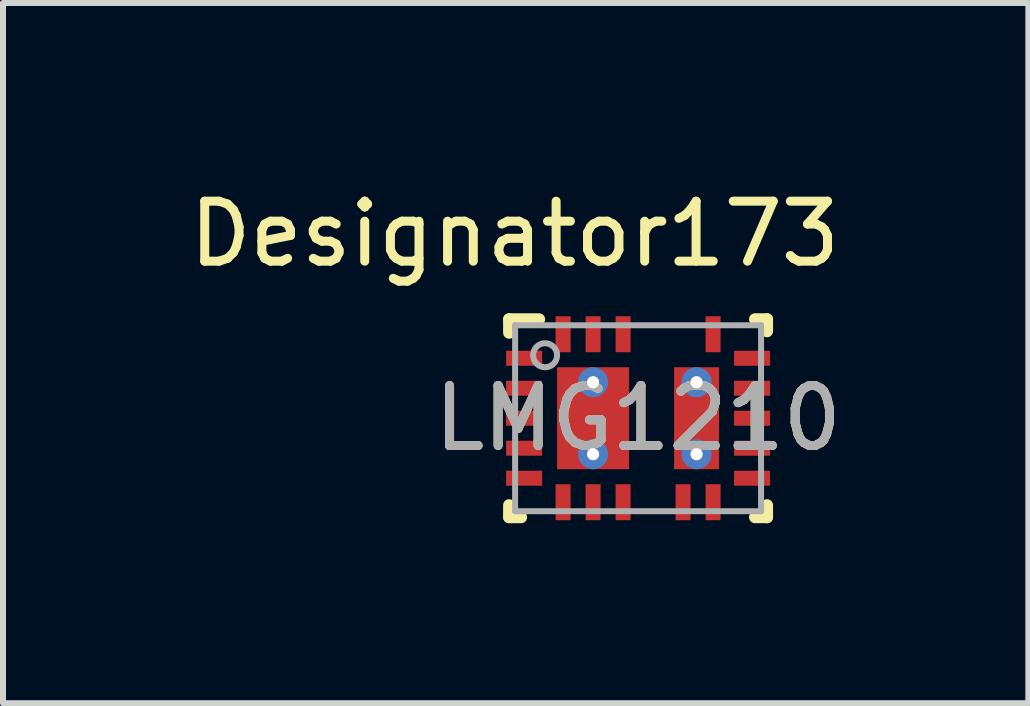
<source format=kicad_pcb>
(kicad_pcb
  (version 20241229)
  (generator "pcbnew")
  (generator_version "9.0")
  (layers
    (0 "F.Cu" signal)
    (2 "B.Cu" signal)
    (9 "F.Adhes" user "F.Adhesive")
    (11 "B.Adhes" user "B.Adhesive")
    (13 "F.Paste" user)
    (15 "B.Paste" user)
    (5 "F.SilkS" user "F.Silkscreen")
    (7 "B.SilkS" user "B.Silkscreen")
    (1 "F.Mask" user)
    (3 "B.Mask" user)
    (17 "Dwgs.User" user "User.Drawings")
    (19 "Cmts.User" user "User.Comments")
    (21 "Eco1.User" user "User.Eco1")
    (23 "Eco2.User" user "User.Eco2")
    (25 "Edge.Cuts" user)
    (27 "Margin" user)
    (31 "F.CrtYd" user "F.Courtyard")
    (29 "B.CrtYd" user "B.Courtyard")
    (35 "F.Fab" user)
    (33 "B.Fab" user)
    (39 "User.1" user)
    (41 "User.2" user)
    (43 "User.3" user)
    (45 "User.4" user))
  (footprint "LMG1210"
    (layer "F.Cu")
    (at 7.587 3.922)
    (property "Reference" "LMG1210" (at 0 0 0) (unlocked yes) (layer "F.SilkS") (effects (font (size 1 1) (thickness 0.15))))
    (attr smd)
    (fp_line (start -2.15 -1.65) (end -1.65 -1.65) (stroke (width 0.2) (type solid)) (layer "F.SilkS"))
    (fp_line (start -2.15 -1.425) (end -2.15 -1.65) (stroke (width 0.2) (type solid)) (layer "F.SilkS"))
    (fp_line (start -2.15 1.65) (end -2.15 1.45) (stroke (width 0.2) (type solid)) (layer "F.SilkS"))
    (fp_line (start -2.15 1.65) (end -1.95 1.65) (stroke (width 0.2) (type solid)) (layer "F.SilkS"))
    (fp_line (start 1.95 -1.65) (end 2.15 -1.65) (stroke (width 0.2) (type solid)) (layer "F.SilkS"))
    (fp_line (start 1.95 1.65) (end 2.15 1.65) (stroke (width 0.2) (type solid)) (layer "F.SilkS"))
    (fp_line (start 2.15 -1.45) (end 2.15 -1.65) (stroke (width 0.2) (type solid)) (layer "F.SilkS"))
    (fp_line (start 2.15 1.65) (end 2.15 1.45) (stroke (width 0.2) (type solid)) (layer "F.SilkS"))
    (fp_poly (pts (xy -1.315 -0.149) (xy -1.315 -0.801) (xy -1.314 -0.811) (xy -1.311 -0.82) (xy -1.307 -0.828) (xy -1.301 -0.836) (xy -1.293 -0.842) (xy -1.285 -0.846) (xy -1.276 -0.849) (xy -1.266 -0.85) (xy -0.234 -0.85) (xy -0.224 -0.849) (xy -0.215 -0.846) (xy -0.207 -0.842) (xy -0.199 -0.836) (xy -0.193 -0.828) (xy -0.189 -0.82) (xy -0.186 -0.811) (xy -0.185 -0.801) (xy -0.185 -0.149) (xy -0.186 -0.139) (xy -0.189 -0.13) (xy -0.193 -0.122) (xy -0.199 -0.114) (xy -0.207 -0.108) (xy -0.215 -0.104) (xy -0.224 -0.101) (xy -0.234 -0.1) (xy -1.266 -0.1) (xy -1.276 -0.101) (xy -1.285 -0.104) (xy -1.293 -0.108) (xy -1.301 -0.114) (xy -1.307 -0.122) (xy -1.311 -0.13) (xy -1.314 -0.139)) (stroke (width 0) (type solid)) (fill yes) (layer "F.Paste"))
    (fp_poly (pts (xy -1.315 0.801) (xy -1.315 0.149) (xy -1.314 0.139) (xy -1.311 0.13) (xy -1.307 0.122) (xy -1.301 0.114) (xy -1.293 0.108) (xy -1.285 0.104) (xy -1.276 0.101) (xy -1.266 0.1) (xy -0.234 0.1) (xy -0.224 0.101) (xy -0.215 0.104) (xy -0.207 0.108) (xy -0.199 0.114) (xy -0.193 0.122) (xy -0.189 0.13) (xy -0.186 0.139) (xy -0.185 0.149) (xy -0.185 0.801) (xy -0.186 0.811) (xy -0.189 0.82) (xy -0.193 0.828) (xy -0.199 0.836) (xy -0.207 0.842) (xy -0.215 0.846) (xy -0.224 0.849) (xy -0.234 0.85) (xy -1.266 0.85) (xy -1.276 0.849) (xy -1.285 0.846) (xy -1.293 0.842) (xy -1.301 0.836) (xy -1.307 0.828) (xy -1.311 0.82) (xy -1.314 0.811)) (stroke (width 0) (type solid)) (fill yes) (layer "F.Paste"))
    (fp_poly (pts (xy 0.62 -0.146) (xy 0.62 -0.804) (xy 0.621 -0.813) (xy 0.624 -0.822) (xy 0.628 -0.829) (xy 0.634 -0.836) (xy 0.641 -0.842) (xy 0.648 -0.846) (xy 0.657 -0.849) (xy 0.666 -0.85) (xy 1.284 -0.85) (xy 1.293 -0.849) (xy 1.302 -0.846) (xy 1.309 -0.842) (xy 1.316 -0.836) (xy 1.322 -0.829) (xy 1.326 -0.822) (xy 1.329 -0.813) (xy 1.33 -0.804) (xy 1.33 -0.146) (xy 1.329 -0.137) (xy 1.326 -0.128) (xy 1.322 -0.121) (xy 1.316 -0.114) (xy 1.309 -0.108) (xy 1.302 -0.104) (xy 1.293 -0.101) (xy 1.284 -0.1) (xy 0.666 -0.1) (xy 0.657 -0.101) (xy 0.648 -0.104) (xy 0.641 -0.108) (xy 0.634 -0.114) (xy 0.628 -0.121) (xy 0.624 -0.128) (xy 0.621 -0.137)) (stroke (width 0) (type solid)) (fill yes) (layer "F.Paste"))
    (fp_poly (pts (xy 0.62 0.804) (xy 0.62 0.146) (xy 0.621 0.137) (xy 0.624 0.128) (xy 0.628 0.121) (xy 0.634 0.114) (xy 0.641 0.108) (xy 0.648 0.104) (xy 0.657 0.101) (xy 0.666 0.1) (xy 1.284 0.1) (xy 1.293 0.101) (xy 1.302 0.104) (xy 1.309 0.108) (xy 1.316 0.114) (xy 1.322 0.121) (xy 1.326 0.128) (xy 1.329 0.137) (xy 1.33 0.146) (xy 1.33 0.804) (xy 1.329 0.813) (xy 1.326 0.822) (xy 1.322 0.829) (xy 1.316 0.836) (xy 1.309 0.842) (xy 1.302 0.846) (xy 1.293 0.849) (xy 1.284 0.85) (xy 0.666 0.85) (xy 0.657 0.849) (xy 0.648 0.846) (xy 0.641 0.842) (xy 0.634 0.836) (xy 0.628 0.829) (xy 0.624 0.822) (xy 0.621 0.813)) (stroke (width 0) (type solid)) (fill yes) (layer "F.Paste"))
    (fp_line (start -2.05 1.55) (end -2.05 -1.55) (stroke (width 0.1) (type solid)) (layer "F.Fab"))
    (fp_line (start -2.05 1.55) (end 2.05 1.55) (stroke (width 0.1) (type solid)) (layer "F.Fab"))
    (fp_line (start -2.05 -1.55) (end 2.05 -1.55) (stroke (width 0.1) (type solid)) (layer "F.Fab"))
    (fp_line (start 2.05 1.55) (end 2.05 -1.55) (stroke (width 0.1) (type solid)) (layer "F.Fab"))
    (fp_circle (center -1.55 -1.05) (end -1.35 -1.05) (stroke (width 0.1) (type solid)) (fill no) (layer "F.Fab"))
    (fp_text user "Designator173" (at -2.057 -3.073 0) (unlocked yes) (layer "F.SilkS") (effects (font (size 1 1) (thickness 0.15))))
    (fp_text user "${REFERENCE}" (at 0 0 0) (unlocked yes) (layer "F.Fab") (effects (font (size 1 1) (thickness 0.15))))
    (pad "1" smd rect (at -1.9 -1 90) (size 0.25 0.6) (layers "F.Cu" "F.Mask" "F.Paste"))
    (pad "2" smd rect (at -1.9 -0.5 90) (size 0.25 0.6) (layers "F.Cu" "F.Mask" "F.Paste"))
    (pad "3" smd rect (at -1.9 -0.000003 90) (size 0.25 0.6) (layers "F.Cu" "F.Mask" "F.Paste"))
    (pad "4" smd rect (at -1.9 0.5 90) (size 0.25 0.6) (layers "F.Cu" "F.Mask" "F.Paste"))
    (pad "5" smd rect (at -1.9 1 90) (size 0.25 0.6) (layers "F.Cu" "F.Mask" "F.Paste"))
    (pad "6" smd rect (at -1.25 1.4) (size 0.25 0.6) (layers "F.Cu" "F.Mask" "F.Paste"))
    (pad "7" smd rect (at -0.75 1.4) (size 0.25 0.6) (layers "F.Cu" "F.Mask" "F.Paste"))
    (pad "8" smd rect (at -0.25 1.4) (size 0.25 0.6) (layers "F.Cu" "F.Mask" "F.Paste"))
    (pad "9" smd rect (at 0.75 1.4) (size 0.25 0.6) (layers "F.Cu" "F.Mask" "F.Paste"))
    (pad "10" smd rect (at 1.25 1.4) (size 0.25 0.6) (layers "F.Cu" "F.Mask" "F.Paste"))
    (pad "11" smd rect (at 1.9 1 90) (size 0.25 0.6) (layers "F.Cu" "F.Mask" "F.Paste"))
    (pad "12" smd rect (at 1.9 0.5 90) (size 0.25 0.6) (layers "F.Cu" "F.Mask" "F.Paste"))
    (pad "13" smd rect (at 1.9 -0.000003 90) (size 0.25 0.6) (layers "F.Cu" "F.Mask" "F.Paste"))
    (pad "14" smd rect (at 1.9 -0.5 90) (size 0.25 0.6) (layers "F.Cu" "F.Mask" "F.Paste"))
    (pad "15" smd rect (at 1.9 -1 90) (size 0.25 0.6) (layers "F.Cu" "F.Mask" "F.Paste"))
    (pad "16" smd rect (at 1.25 -1.4) (size 0.25 0.6) (layers "F.Cu" "F.Mask" "F.Paste"))
    (pad "17" smd rect (at -0.25 -1.4) (size 0.25 0.6) (layers "F.Cu" "F.Mask" "F.Paste"))
    (pad "18" smd rect (at -0.75 -1.4) (size 0.25 0.6) (layers "F.Cu" "F.Mask" "F.Paste"))
    (pad "19" smd rect (at -1.25 -1.4) (size 0.25 0.6) (layers "F.Cu" "F.Mask" "F.Paste"))
    (pad "20" smd rect (at -0.75 -0.000003) (size 1.2 1.7) (layers "F.Cu" "F.Mask"))
    (pad "21" smd rect (at 0.975 0) (size 0.75 1.7) (layers "F.Cu" "F.Mask"))
    (pad "V" thru_hole circle (at -0.75 -0.6) (size 0.5 0.5) (drill 0.203) (layers "*.Cu" "*.Mask"))
    (pad "V" thru_hole circle (at -0.75 0.6) (size 0.5 0.5) (drill 0.203) (layers "*.Cu" "*.Mask"))
    (pad "V" thru_hole circle (at 0.975 -0.6) (size 0.5 0.5) (drill 0.203) (layers "*.Cu" "*.Mask"))
    (pad "V" thru_hole circle (at 0.975 0.6) (size 0.5 0.5) (drill 0.203) (layers "*.Cu" "*.Mask")))
  (gr_rect
    (start -3 -3)
    (end 14.093 8.672)
    (stroke (width 0.1) (type default))
    (fill no)
    (layer "Edge.Cuts")))
</source>
